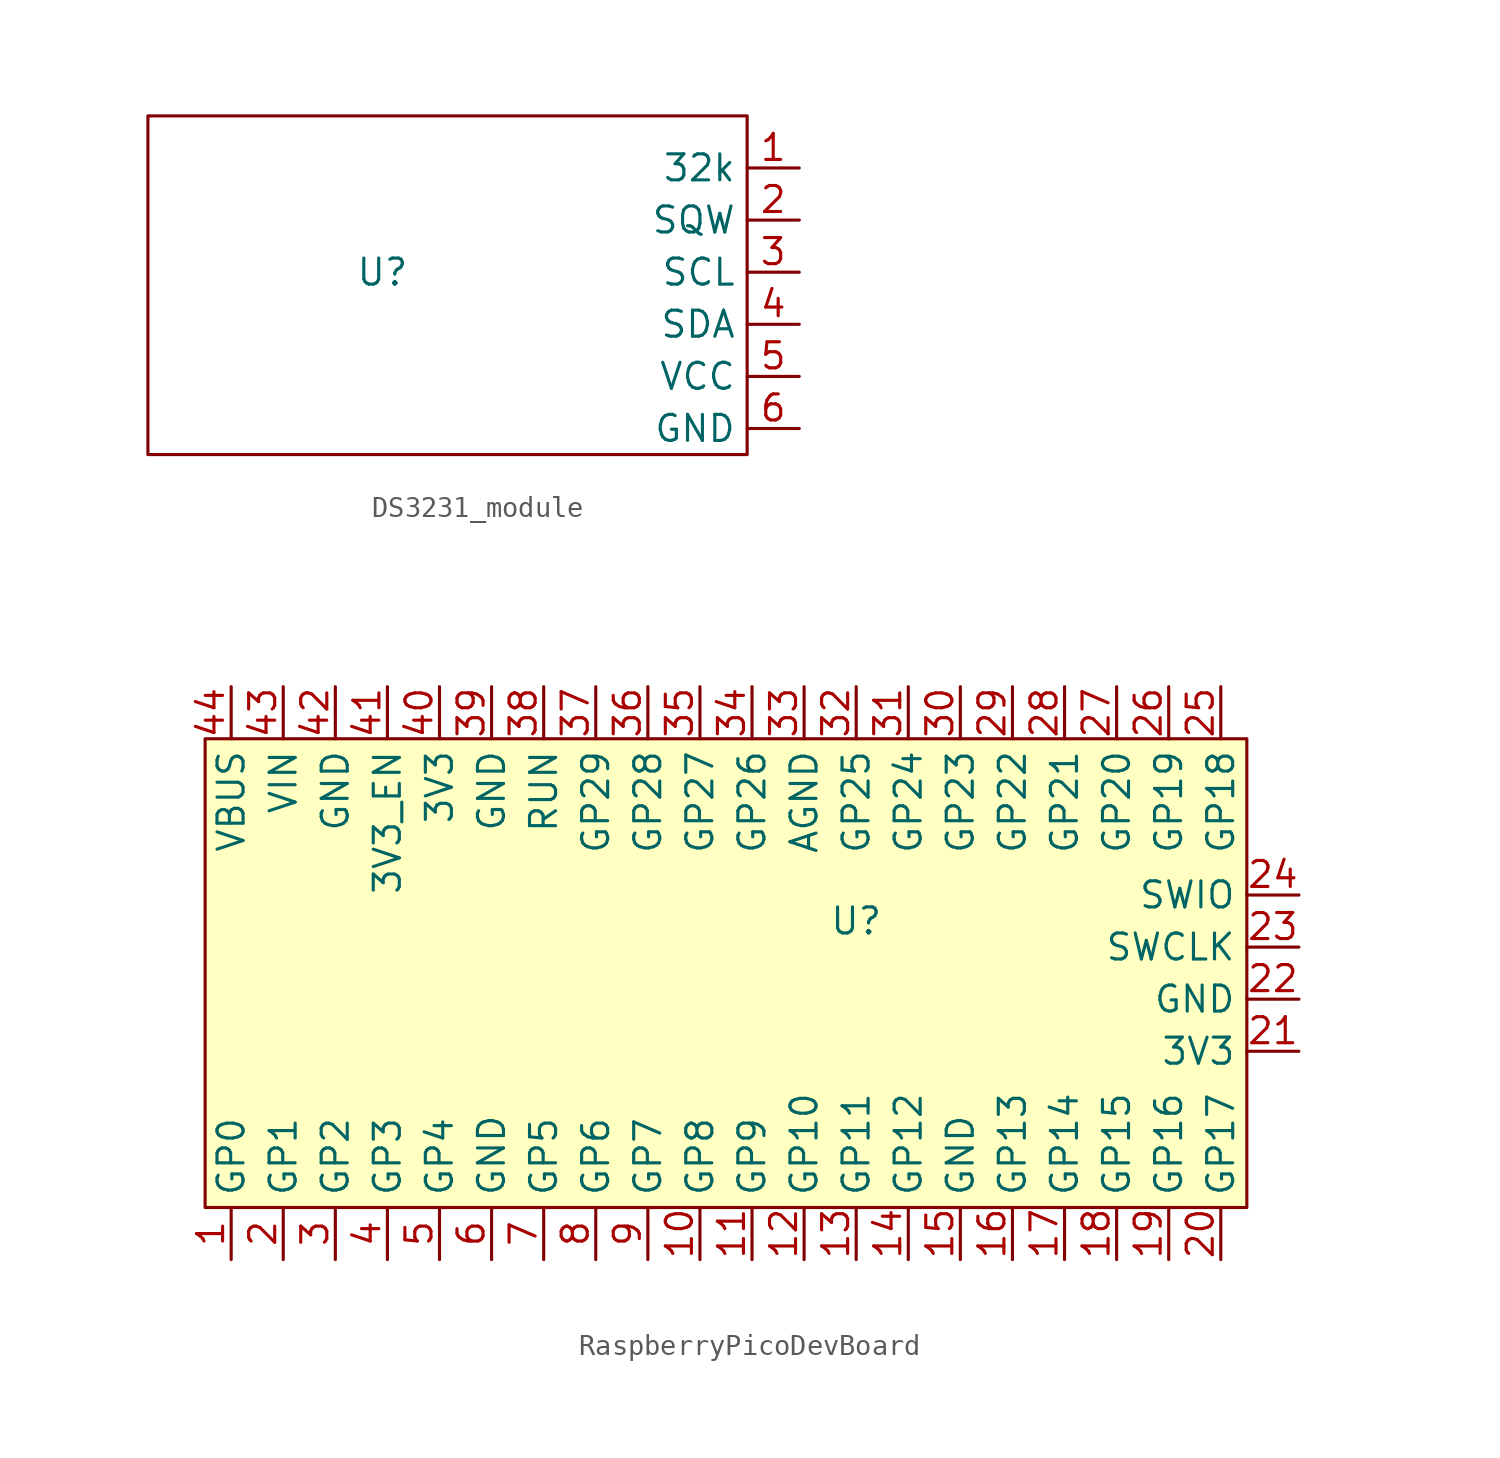
<source format=kicad_sym>
(kicad_symbol_lib
  (version 20220914)
  (generator kicad_symbol_editor)
  (symbol "DS3231_module"
    (property "Reference" "U"
      (at 0 0 0)
      (effects (font (size 1.27 1.27))))
    (property "Value" ""
      (at 0 0 0)
      (effects (font (size 1.27 1.27))))
    (symbol "DS3231_module_0_1"
      (rectangle (start -11.43 7.62) (end 17.78 -8.89) (stroke (width 0) (type default)) (fill (type none))))
    (symbol "DS3231_module_1_1"
      (pin input line (at 20.32 5.08 180) (length 2.54) (name "32k" (effects (font (size 1.27 1.27)))) (number "1" (effects (font (size 1.27 1.27)))))
      (pin input line (at 20.32 2.54 180) (length 2.54) (name "SQW" (effects (font (size 1.27 1.27)))) (number "2" (effects (font (size 1.27 1.27)))))
      (pin input line (at 20.32 0 180) (length 2.54) (name "SCL" (effects (font (size 1.27 1.27)))) (number "3" (effects (font (size 1.27 1.27)))))
      (pin input line (at 20.32 -2.54 180) (length 2.54) (name "SDA" (effects (font (size 1.27 1.27)))) (number "4" (effects (font (size 1.27 1.27)))))
      (pin input line (at 20.32 -5.08 180) (length 2.54) (name "VCC" (effects (font (size 1.27 1.27)))) (number "5" (effects (font (size 1.27 1.27)))))
      (pin input line (at 20.32 -7.62 180) (length 2.54) (name "GND" (effects (font (size 1.27 1.27)))) (number "6" (effects (font (size 1.27 1.27)))))))
  (symbol "RaspberryPicoDevBoard"
    (property "Reference" "U"
      (at 0 0 0)
      (effects (font (size 1.27 1.27))))
    (property "Value" ""
      (at 0 0 0)
      (effects (font (size 1.27 1.27))))
    (symbol "RaspberryPicoDevBoard_1_1"
      (rectangle (start -31.75 8.89) (end 19.05 -13.97) (stroke (width 0) (type default)) (fill (type background)))
      (pin input line (at -30.48 -16.51 90) (length 2.54) (name "GP0" (effects (font (size 1.27 1.27)))) (number "1" (effects (font (size 1.27 1.27)))))
      (pin input line (at -7.62 -16.51 90) (length 2.54) (name "GP8" (effects (font (size 1.27 1.27)))) (number "10" (effects (font (size 1.27 1.27)))))
      (pin input line (at -5.08 -16.51 90) (length 2.54) (name "GP9" (effects (font (size 1.27 1.27)))) (number "11" (effects (font (size 1.27 1.27)))))
      (pin input line (at -2.54 -16.51 90) (length 2.54) (name "GP10" (effects (font (size 1.27 1.27)))) (number "12" (effects (font (size 1.27 1.27)))))
      (pin input line (at 0 -16.51 90) (length 2.54) (name "GP11" (effects (font (size 1.27 1.27)))) (number "13" (effects (font (size 1.27 1.27)))))
      (pin input line (at 2.54 -16.51 90) (length 2.54) (name "GP12" (effects (font (size 1.27 1.27)))) (number "14" (effects (font (size 1.27 1.27)))))
      (pin input line (at 5.08 -16.51 90) (length 2.54) (name "GND" (effects (font (size 1.27 1.27)))) (number "15" (effects (font (size 1.27 1.27)))))
      (pin input line (at 7.62 -16.51 90) (length 2.54) (name "GP13" (effects (font (size 1.27 1.27)))) (number "16" (effects (font (size 1.27 1.27)))))
      (pin input line (at 10.16 -16.51 90) (length 2.54) (name "GP14" (effects (font (size 1.27 1.27)))) (number "17" (effects (font (size 1.27 1.27)))))
      (pin input line (at 12.7 -16.51 90) (length 2.54) (name "GP15" (effects (font (size 1.27 1.27)))) (number "18" (effects (font (size 1.27 1.27)))))
      (pin input line (at 15.24 -16.51 90) (length 2.54) (name "GP16" (effects (font (size 1.27 1.27)))) (number "19" (effects (font (size 1.27 1.27)))))
      (pin input line (at -27.94 -16.51 90) (length 2.54) (name "GP1" (effects (font (size 1.27 1.27)))) (number "2" (effects (font (size 1.27 1.27)))))
      (pin input line (at 17.78 -16.51 90) (length 2.54) (name "GP17" (effects (font (size 1.27 1.27)))) (number "20" (effects (font (size 1.27 1.27)))))
      (pin input line (at 21.59 -6.35 180) (length 2.54) (name "3V3" (effects (font (size 1.27 1.27)))) (number "21" (effects (font (size 1.27 1.27)))))
      (pin input line (at 21.59 -3.81 180) (length 2.54) (name "GND" (effects (font (size 1.27 1.27)))) (number "22" (effects (font (size 1.27 1.27)))))
      (pin input line (at 21.59 -1.27 180) (length 2.54) (name "SWCLK" (effects (font (size 1.27 1.27)))) (number "23" (effects (font (size 1.27 1.27)))))
      (pin input line (at 21.59 1.27 180) (length 2.54) (name "SWIO" (effects (font (size 1.27 1.27)))) (number "24" (effects (font (size 1.27 1.27)))))
      (pin input line (at 17.78 11.43 270) (length 2.54) (name "GP18" (effects (font (size 1.27 1.27)))) (number "25" (effects (font (size 1.27 1.27)))))
      (pin input line (at 15.24 11.43 270) (length 2.54) (name "GP19" (effects (font (size 1.27 1.27)))) (number "26" (effects (font (size 1.27 1.27)))))
      (pin input line (at 12.7 11.43 270) (length 2.54) (name "GP20" (effects (font (size 1.27 1.27)))) (number "27" (effects (font (size 1.27 1.27)))))
      (pin input line (at 10.16 11.43 270) (length 2.54) (name "GP21" (effects (font (size 1.27 1.27)))) (number "28" (effects (font (size 1.27 1.27)))))
      (pin input line (at 7.62 11.43 270) (length 2.54) (name "GP22" (effects (font (size 1.27 1.27)))) (number "29" (effects (font (size 1.27 1.27)))))
      (pin input line (at -25.4 -16.51 90) (length 2.54) (name "GP2" (effects (font (size 1.27 1.27)))) (number "3" (effects (font (size 1.27 1.27)))))
      (pin input line (at 5.08 11.43 270) (length 2.54) (name "GP23" (effects (font (size 1.27 1.27)))) (number "30" (effects (font (size 1.27 1.27)))))
      (pin input line (at 2.54 11.43 270) (length 2.54) (name "GP24" (effects (font (size 1.27 1.27)))) (number "31" (effects (font (size 1.27 1.27)))))
      (pin input line (at 0 11.43 270) (length 2.54) (name "GP25" (effects (font (size 1.27 1.27)))) (number "32" (effects (font (size 1.27 1.27)))))
      (pin input line (at -2.54 11.43 270) (length 2.54) (name "AGND" (effects (font (size 1.27 1.27)))) (number "33" (effects (font (size 1.27 1.27)))))
      (pin input line (at -5.08 11.43 270) (length 2.54) (name "GP26" (effects (font (size 1.27 1.27)))) (number "34" (effects (font (size 1.27 1.27)))))
      (pin input line (at -7.62 11.43 270) (length 2.54) (name "GP27" (effects (font (size 1.27 1.27)))) (number "35" (effects (font (size 1.27 1.27)))))
      (pin input line (at -10.16 11.43 270) (length 2.54) (name "GP28" (effects (font (size 1.27 1.27)))) (number "36" (effects (font (size 1.27 1.27)))))
      (pin input line (at -12.7 11.43 270) (length 2.54) (name "GP29" (effects (font (size 1.27 1.27)))) (number "37" (effects (font (size 1.27 1.27)))))
      (pin input line (at -15.24 11.43 270) (length 2.54) (name "RUN" (effects (font (size 1.27 1.27)))) (number "38" (effects (font (size 1.27 1.27)))))
      (pin input line (at -17.78 11.43 270) (length 2.54) (name "GND" (effects (font (size 1.27 1.27)))) (number "39" (effects (font (size 1.27 1.27)))))
      (pin input line (at -22.86 -16.51 90) (length 2.54) (name "GP3" (effects (font (size 1.27 1.27)))) (number "4" (effects (font (size 1.27 1.27)))))
      (pin input line (at -20.32 11.43 270) (length 2.54) (name "3V3" (effects (font (size 1.27 1.27)))) (number "40" (effects (font (size 1.27 1.27)))))
      (pin input line (at -22.86 11.43 270) (length 2.54) (name "3V3_EN" (effects (font (size 1.27 1.27)))) (number "41" (effects (font (size 1.27 1.27)))))
      (pin input line (at -25.4 11.43 270) (length 2.54) (name "GND" (effects (font (size 1.27 1.27)))) (number "42" (effects (font (size 1.27 1.27)))))
      (pin input line (at -27.94 11.43 270) (length 2.54) (name "VIN" (effects (font (size 1.27 1.27)))) (number "43" (effects (font (size 1.27 1.27)))))
      (pin input line (at -30.48 11.43 270) (length 2.54) (name "VBUS" (effects (font (size 1.27 1.27)))) (number "44" (effects (font (size 1.27 1.27)))))
      (pin input line (at -20.32 -16.51 90) (length 2.54) (name "GP4" (effects (font (size 1.27 1.27)))) (number "5" (effects (font (size 1.27 1.27)))))
      (pin input line (at -17.78 -16.51 90) (length 2.54) (name "GND" (effects (font (size 1.27 1.27)))) (number "6" (effects (font (size 1.27 1.27)))))
      (pin input line (at -15.24 -16.51 90) (length 2.54) (name "GP5" (effects (font (size 1.27 1.27)))) (number "7" (effects (font (size 1.27 1.27)))))
      (pin input line (at -12.7 -16.51 90) (length 2.54) (name "GP6" (effects (font (size 1.27 1.27)))) (number "8" (effects (font (size 1.27 1.27)))))
      (pin input line (at -10.16 -16.51 90) (length 2.54) (name "GP7" (effects (font (size 1.27 1.27)))) (number "9" (effects (font (size 1.27 1.27))))))))
</source>
